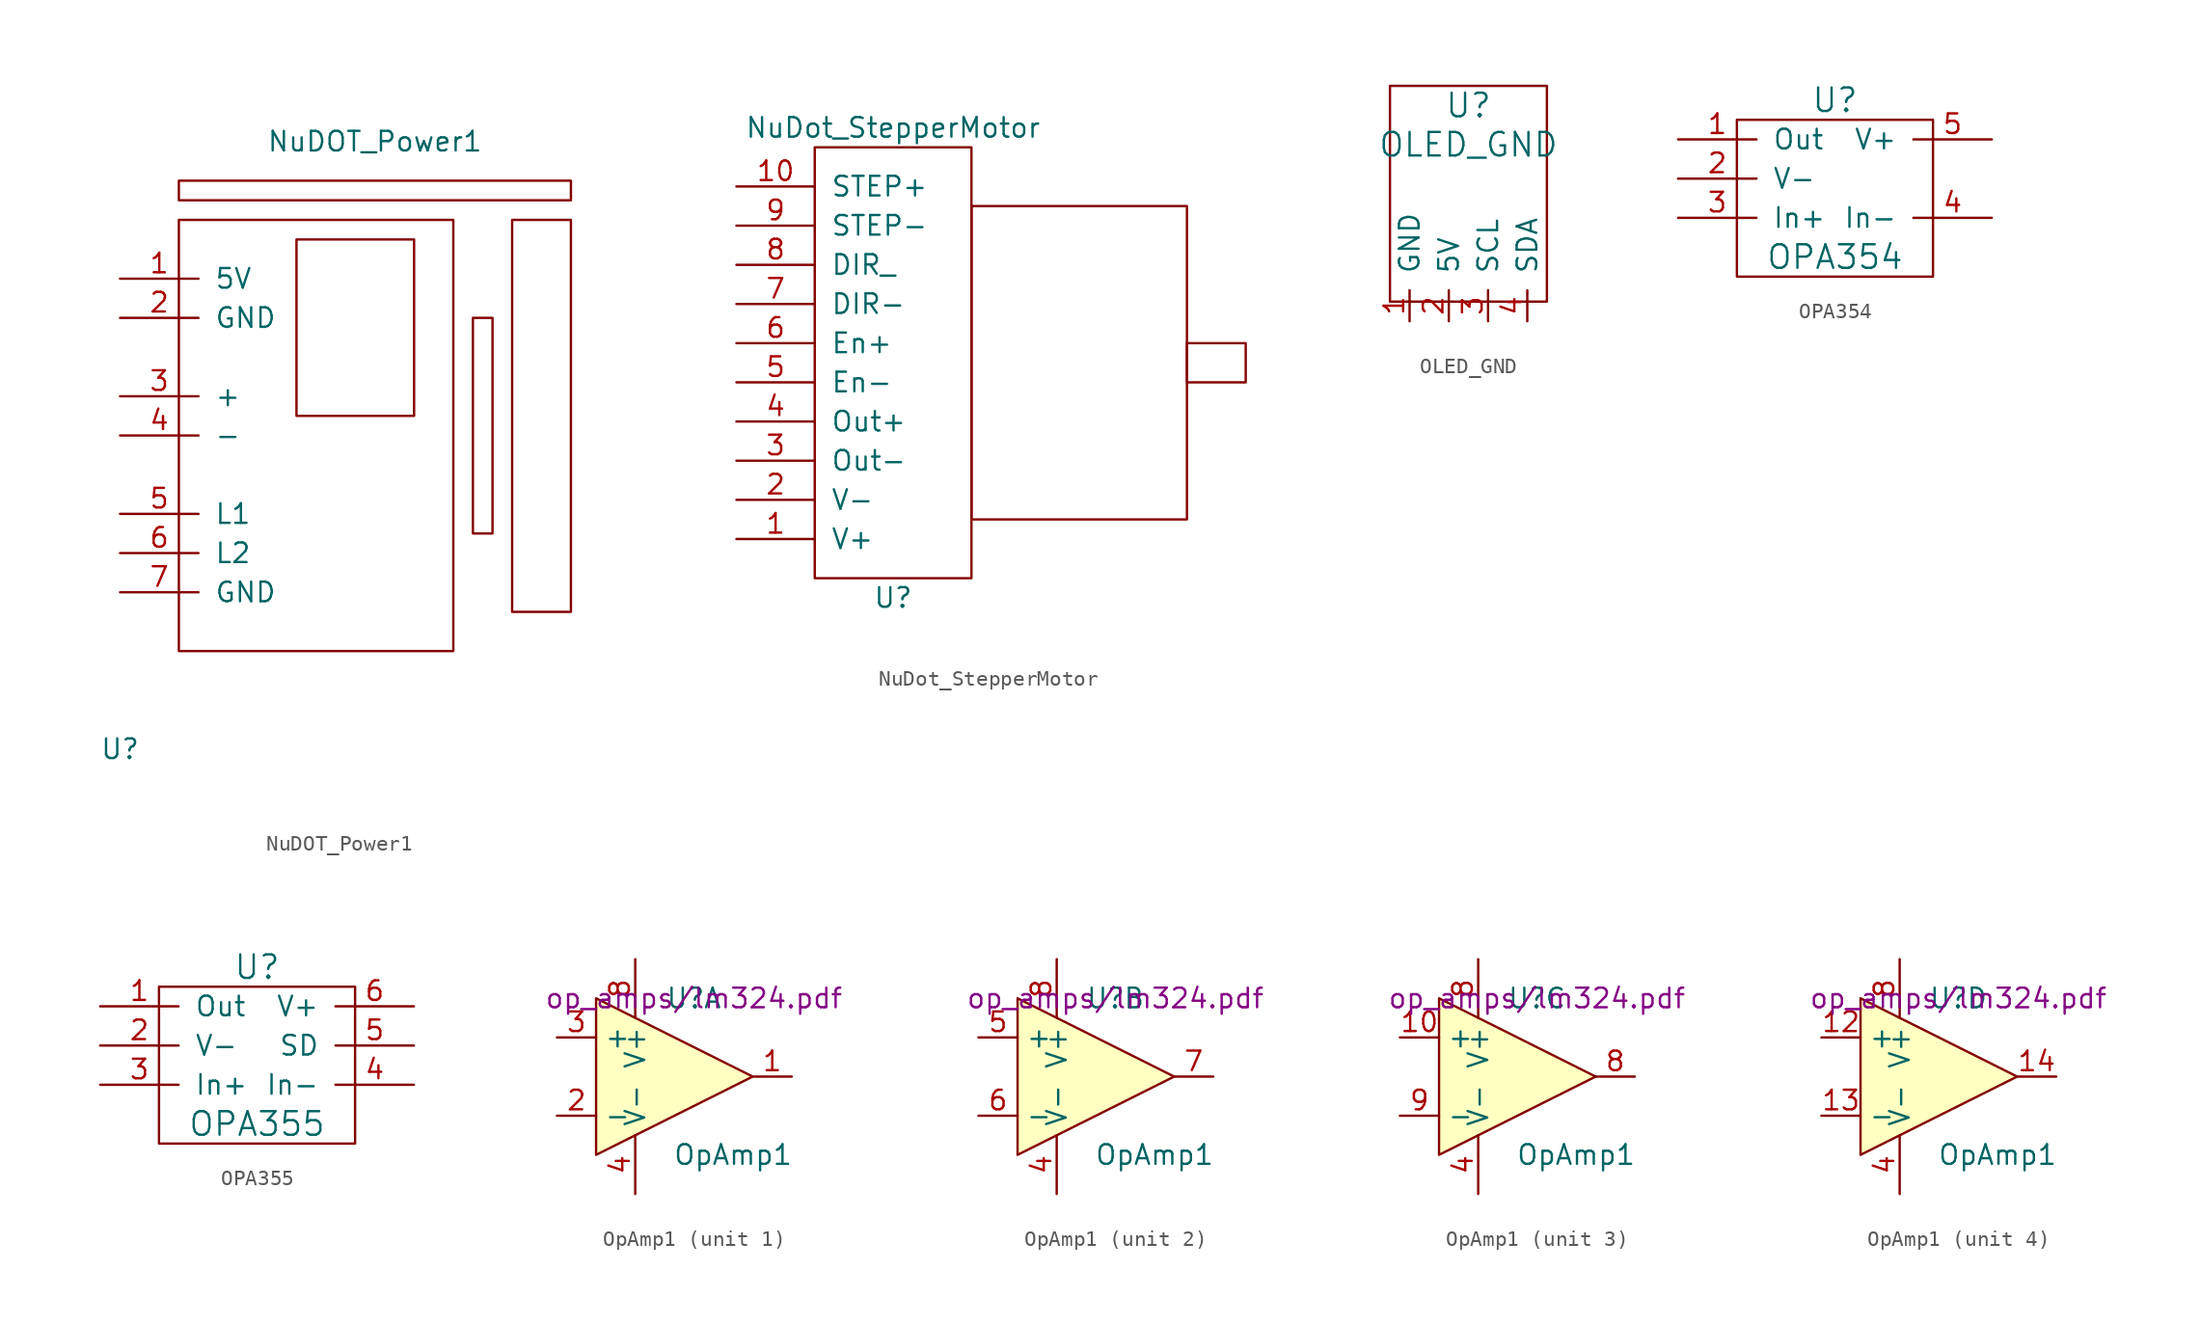
<source format=kicad_sym>
(kicad_symbol_lib
  (version 20220914)
  (generator kicad_symbol_editor)
  (symbol "NuDOT_Power1"
    (pin_names
      (offset 1.016))
    (property "Reference" "U"
      (at 0 -21.59 0)
      (effects (font (size 1.27 1.27))))
    (property "Value" "NuDOT_Power1"
      (at 16.51 17.78 0)
      (effects (font (size 1.27 1.27))))
    (symbol "NuDOT_Power1_0_1"
      (rectangle (start 3.81 12.7) (end 21.59 -15.24) (stroke (width 0) (type solid)) (fill (type none)))
      (rectangle (start 3.81 15.24) (end 29.21 13.97) (stroke (width 0) (type solid)) (fill (type none)))
      (rectangle (start 11.43 11.43) (end 19.05 0) (stroke (width 0) (type solid)) (fill (type none)))
      (rectangle (start 22.86 6.35) (end 24.13 -7.62) (stroke (width 0) (type solid)) (fill (type none)))
      (rectangle (start 25.4 12.7) (end 29.21 -12.7) (stroke (width 0) (type solid)) (fill (type none))))
    (symbol "NuDOT_Power1_1_1"
      (pin input line (at 0 8.89 0) (length 5.08) (name "5V" (effects (font (size 1.27 1.27)))) (number "1" (effects (font (size 1.27 1.27)))))
      (pin input line (at 0 6.35 0) (length 5.08) (name "GND" (effects (font (size 1.27 1.27)))) (number "2" (effects (font (size 1.27 1.27)))))
      (pin input line (at 0 1.27 0) (length 5.08) (name "+" (effects (font (size 1.27 1.27)))) (number "3" (effects (font (size 1.27 1.27)))))
      (pin input line (at 0 -1.27 0) (length 5.08) (name "-" (effects (font (size 1.27 1.27)))) (number "4" (effects (font (size 1.27 1.27)))))
      (pin input line (at 0 -6.35 0) (length 5.08) (name "L1" (effects (font (size 1.27 1.27)))) (number "5" (effects (font (size 1.27 1.27)))))
      (pin input line (at 0 -8.89 0) (length 5.08) (name "L2" (effects (font (size 1.27 1.27)))) (number "6" (effects (font (size 1.27 1.27)))))
      (pin input line (at 0 -11.43 0) (length 5.08) (name "GND" (effects (font (size 1.27 1.27)))) (number "7" (effects (font (size 1.27 1.27)))))))
  (symbol "NuDot_StepperMotor"
    (pin_names
      (offset 1.016))
    (property "Reference" "U"
      (at 2.54 -12.7 0)
      (effects (font (size 1.27 1.27))))
    (property "Value" "NuDot_StepperMotor"
      (at 2.54 17.78 0)
      (effects (font (size 1.27 1.27))))
    (symbol "NuDot_StepperMotor_0_1"
      (rectangle (start -2.54 16.51) (end 7.62 -11.43) (stroke (width 0) (type solid)) (fill (type none)))
      (rectangle (start 7.62 12.7) (end 21.59 -7.62) (stroke (width 0) (type solid)) (fill (type none)))
      (rectangle (start 21.59 3.81) (end 25.4 1.27) (stroke (width 0) (type solid)) (fill (type none))))
    (symbol "NuDot_StepperMotor_1_1"
      (pin input line (at -7.62 -8.89 0) (length 5.08) (name "V+" (effects (font (size 1.27 1.27)))) (number "1" (effects (font (size 1.27 1.27)))))
      (pin input line (at -7.62 13.97 0) (length 5.08) (name "STEP+" (effects (font (size 1.27 1.27)))) (number "10" (effects (font (size 1.27 1.27)))))
      (pin input line (at -7.62 -6.35 0) (length 5.08) (name "V-" (effects (font (size 1.27 1.27)))) (number "2" (effects (font (size 1.27 1.27)))))
      (pin input line (at -7.62 -3.81 0) (length 5.08) (name "Out-" (effects (font (size 1.27 1.27)))) (number "3" (effects (font (size 1.27 1.27)))))
      (pin input line (at -7.62 -1.27 0) (length 5.08) (name "Out+" (effects (font (size 1.27 1.27)))) (number "4" (effects (font (size 1.27 1.27)))))
      (pin input line (at -7.62 1.27 0) (length 5.08) (name "En-" (effects (font (size 1.27 1.27)))) (number "5" (effects (font (size 1.27 1.27)))))
      (pin input line (at -7.62 3.81 0) (length 5.08) (name "En+" (effects (font (size 1.27 1.27)))) (number "6" (effects (font (size 1.27 1.27)))))
      (pin input line (at -7.62 6.35 0) (length 5.08) (name "DIR-" (effects (font (size 1.27 1.27)))) (number "7" (effects (font (size 1.27 1.27)))))
      (pin input line (at -7.62 8.89 0) (length 5.08) (name "DIR_" (effects (font (size 1.27 1.27)))) (number "8" (effects (font (size 1.27 1.27)))))
      (pin input line (at -7.62 11.43 0) (length 5.08) (name "STEP-" (effects (font (size 1.27 1.27)))) (number "9" (effects (font (size 1.27 1.27)))))))
  (symbol "OLED_GND"
    (pin_names
      (offset 1.016))
    (property "Reference" "U"
      (at 0 7.62 0)
      (effects (font (size 1.524 1.524))))
    (property "Value" "OLED_GND"
      (at 0 5.08 0)
      (effects (font (size 1.524 1.524))))
    (property "Footprint" ""
      (at 0 0 0)
      (effects (font (size 1.524 1.524))))
    (property "Datasheet" ""
      (at 0 0 0)
      (effects (font (size 1.524 1.524))))
    (symbol "OLED_GND_0_0"
      (rectangle (start -5.08 8.89) (end 5.08 -5.08) (stroke (width 0) (type solid)) (fill (type none))))
    (symbol "OLED_GND_1_1"
      (pin input line (at -3.81 -6.35 90) (length 2.007) (name "GND" (effects (font (size 1.27 1.27)))) (number "1" (effects (font (size 1.27 1.27)))))
      (pin input line (at -1.27 -6.35 90) (length 2.007) (name "5V" (effects (font (size 1.27 1.27)))) (number "2" (effects (font (size 1.27 1.27)))))
      (pin input line (at 1.27 -6.35 90) (length 2.007) (name "SCL" (effects (font (size 1.27 1.27)))) (number "3" (effects (font (size 1.27 1.27)))))
      (pin input line (at 3.81 -6.35 90) (length 2.007) (name "SDA" (effects (font (size 1.27 1.27)))) (number "4" (effects (font (size 1.27 1.27)))))))
  (symbol "OPA354"
    (pin_names
      (offset 1.016))
    (property "Reference" "U"
      (at 0 5.08 0)
      (effects (font (size 1.524 1.524))))
    (property "Value" "OPA354"
      (at 0 -5.08 0)
      (effects (font (size 1.524 1.524))))
    (property "Footprint" ""
      (at 0 0 0)
      (effects (font (size 1.524 1.524))))
    (property "Datasheet" ""
      (at 0 0 0)
      (effects (font (size 1.524 1.524))))
    (symbol "OPA354_0_1"
      (rectangle (start -6.35 3.81) (end 6.35 -6.35) (stroke (width 0) (type solid)) (fill (type none))))
    (symbol "OPA354_1_1"
      (pin input line (at -10.16 2.54 0) (length 5.08) (name "Out" (effects (font (size 1.27 1.27)))) (number "1" (effects (font (size 1.27 1.27)))))
      (pin input line (at -10.16 0 0) (length 5.08) (name "V-" (effects (font (size 1.27 1.27)))) (number "2" (effects (font (size 1.27 1.27)))))
      (pin input line (at -10.16 -2.54 0) (length 5.08) (name "In+" (effects (font (size 1.27 1.27)))) (number "3" (effects (font (size 1.27 1.27)))))
      (pin input line (at 10.16 -2.54 180) (length 5.08) (name "In-" (effects (font (size 1.27 1.27)))) (number "4" (effects (font (size 1.27 1.27)))))
      (pin input line (at 10.16 2.54 180) (length 5.08) (name "V+" (effects (font (size 1.27 1.27)))) (number "5" (effects (font (size 1.27 1.27)))))))
  (symbol "OPA355"
    (pin_names
      (offset 1.016))
    (property "Reference" "U"
      (at 0 5.08 0)
      (effects (font (size 1.524 1.524))))
    (property "Value" "OPA355"
      (at 0 -5.08 0)
      (effects (font (size 1.524 1.524))))
    (property "Footprint" ""
      (at 0 0 0)
      (effects (font (size 1.524 1.524))))
    (property "Datasheet" ""
      (at 0 0 0)
      (effects (font (size 1.524 1.524))))
    (symbol "OPA355_0_1"
      (rectangle (start -6.35 3.81) (end 6.35 -6.35) (stroke (width 0) (type solid)) (fill (type none))))
    (symbol "OPA355_1_1"
      (pin input line (at -10.16 2.54 0) (length 5.08) (name "Out" (effects (font (size 1.27 1.27)))) (number "1" (effects (font (size 1.27 1.27)))))
      (pin input line (at -10.16 0 0) (length 5.08) (name "V-" (effects (font (size 1.27 1.27)))) (number "2" (effects (font (size 1.27 1.27)))))
      (pin input line (at -10.16 -2.54 0) (length 5.08) (name "In+" (effects (font (size 1.27 1.27)))) (number "3" (effects (font (size 1.27 1.27)))))
      (pin input line (at 10.16 -2.54 180) (length 5.08) (name "In-" (effects (font (size 1.27 1.27)))) (number "4" (effects (font (size 1.27 1.27)))))
      (pin input line (at 10.16 0 180) (length 5.08) (name "SD" (effects (font (size 1.27 1.27)))) (number "5" (effects (font (size 1.27 1.27)))))
      (pin input line (at 10.16 2.54 180) (length 5.08) (name "V+" (effects (font (size 1.27 1.27)))) (number "6" (effects (font (size 1.27 1.27)))))))
  (symbol "OpAmp1"
    (property "Reference" "U"
      (at 1.27 5.08 0)
      (effects (font (size 1.27 1.27))))
    (property "Value" "OpAmp1"
      (at 3.81 -5.08 0)
      (effects (font (size 1.27 1.27))))
    (property "Footprint" ""
      (at -1.27 2.54 0)
      (effects (font (size 1.27 1.27))))
    (property "Datasheet" "op_amps/lm324.pdf"
      (at 1.27 5.08 0)
      (effects (font (size 1.27 1.27))))
    (symbol "OpAmp1_0_1"
      (polyline (pts (xy -5.08 5.08) (xy 5.08 0) (xy -5.08 -5.08) (xy -5.08 5.08)) (stroke (width 0.152) (type solid)) (fill (type background)))
      (pin power_in line (at -2.54 -7.62 90) (length 3.81) (name "V-" (effects (font (size 1.27 1.27)))) (number "4" (effects (font (size 1.27 1.27)))))
      (pin power_in line (at -2.54 7.62 270) (length 3.81) (name "V+" (effects (font (size 1.27 1.27)))) (number "8" (effects (font (size 1.27 1.27))))))
    (symbol "OpAmp1_1_1"
      (pin output line (at 7.62 0 180) (length 2.54) (name "~" (effects (font (size 1.27 1.27)))) (number "1" (effects (font (size 1.27 1.27)))))
      (pin input line (at -7.62 -2.54 0) (length 2.54) (name "-" (effects (font (size 1.27 1.27)))) (number "2" (effects (font (size 1.27 1.27)))))
      (pin input line (at -7.62 2.54 0) (length 2.54) (name "+" (effects (font (size 1.27 1.27)))) (number "3" (effects (font (size 1.27 1.27))))))
    (symbol "OpAmp1_2_1"
      (pin input line (at -7.62 2.54 0) (length 2.54) (name "+" (effects (font (size 1.27 1.27)))) (number "5" (effects (font (size 1.27 1.27)))))
      (pin input line (at -7.62 -2.54 0) (length 2.54) (name "-" (effects (font (size 1.27 1.27)))) (number "6" (effects (font (size 1.27 1.27)))))
      (pin output line (at 7.62 0 180) (length 2.54) (name "~" (effects (font (size 1.27 1.27)))) (number "7" (effects (font (size 1.27 1.27))))))
    (symbol "OpAmp1_3_1"
      (pin input line (at -7.62 2.54 0) (length 2.54) (name "+" (effects (font (size 1.27 1.27)))) (number "10" (effects (font (size 1.27 1.27)))))
      (pin output line (at 7.62 0 180) (length 2.54) (name "~" (effects (font (size 1.27 1.27)))) (number "8" (effects (font (size 1.27 1.27)))))
      (pin input line (at -7.62 -2.54 0) (length 2.54) (name "-" (effects (font (size 1.27 1.27)))) (number "9" (effects (font (size 1.27 1.27))))))
    (symbol "OpAmp1_4_1"
      (pin input line (at -7.62 2.54 0) (length 2.54) (name "+" (effects (font (size 1.27 1.27)))) (number "12" (effects (font (size 1.27 1.27)))))
      (pin input line (at -7.62 -2.54 0) (length 2.54) (name "-" (effects (font (size 1.27 1.27)))) (number "13" (effects (font (size 1.27 1.27)))))
      (pin output line (at 7.62 0 180) (length 2.54) (name "~" (effects (font (size 1.27 1.27)))) (number "14" (effects (font (size 1.27 1.27))))))))
</source>
